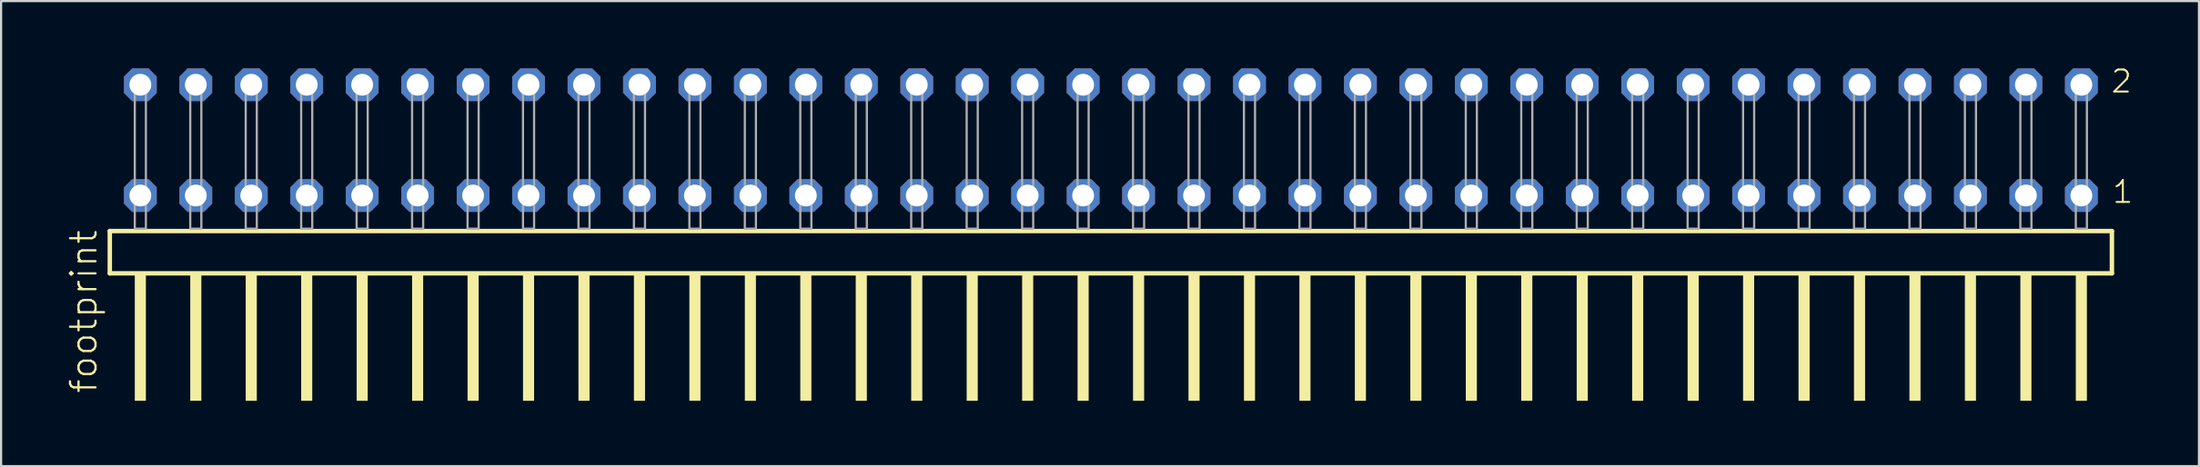
<source format=kicad_pcb>
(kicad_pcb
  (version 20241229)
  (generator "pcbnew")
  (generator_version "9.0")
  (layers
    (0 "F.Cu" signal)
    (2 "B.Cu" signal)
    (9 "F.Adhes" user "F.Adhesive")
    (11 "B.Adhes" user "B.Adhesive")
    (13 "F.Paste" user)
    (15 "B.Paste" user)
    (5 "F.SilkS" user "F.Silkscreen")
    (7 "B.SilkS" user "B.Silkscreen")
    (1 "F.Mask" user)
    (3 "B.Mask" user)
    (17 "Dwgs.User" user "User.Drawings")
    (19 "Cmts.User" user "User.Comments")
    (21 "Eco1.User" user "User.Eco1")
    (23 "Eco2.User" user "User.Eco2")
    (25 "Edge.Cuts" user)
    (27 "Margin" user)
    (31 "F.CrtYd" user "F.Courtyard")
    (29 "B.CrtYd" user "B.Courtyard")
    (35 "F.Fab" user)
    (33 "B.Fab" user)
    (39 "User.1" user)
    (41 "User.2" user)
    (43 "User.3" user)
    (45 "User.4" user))
  (footprint "footprint"
    (layer "F.Cu")
    (at 47.828 7.441)
    (property "Reference" "footprint" (at -46.355 7.62 90) (layer "F.SilkS") (effects (font (size 1.168 1.168) (thickness 0.102)) (justify left bottom)))
    (fp_line (start -45.849 0.106) (end -45.849 2.046) (stroke (width 0.203) (type solid)) (layer "F.SilkS"))
    (fp_line (start -45.849 2.046) (end 45.849 2.046) (stroke (width 0.203) (type solid)) (layer "F.SilkS"))
    (fp_line (start 45.849 0.106) (end -45.849 0.106) (stroke (width 0.203) (type solid)) (layer "F.SilkS"))
    (fp_line (start 45.849 2.046) (end 45.849 0.106) (stroke (width 0.203) (type solid)) (layer "F.SilkS"))
    (fp_poly (pts (xy -44.704 7.89) (xy -44.196 7.89) (xy -44.196 2.04) (xy -44.704 2.04)) (stroke (width 0) (type solid)) (fill yes) (layer "F.SilkS"))
    (fp_poly (pts (xy -42.164 7.89) (xy -41.656 7.89) (xy -41.656 2.04) (xy -42.164 2.04)) (stroke (width 0) (type solid)) (fill yes) (layer "F.SilkS"))
    (fp_poly (pts (xy -39.624 7.89) (xy -39.116 7.89) (xy -39.116 2.04) (xy -39.624 2.04)) (stroke (width 0) (type solid)) (fill yes) (layer "F.SilkS"))
    (fp_poly (pts (xy -37.084 7.89) (xy -36.576 7.89) (xy -36.576 2.04) (xy -37.084 2.04)) (stroke (width 0) (type solid)) (fill yes) (layer "F.SilkS"))
    (fp_poly (pts (xy -34.544 7.89) (xy -34.036 7.89) (xy -34.036 2.04) (xy -34.544 2.04)) (stroke (width 0) (type solid)) (fill yes) (layer "F.SilkS"))
    (fp_poly (pts (xy -32.004 7.89) (xy -31.496 7.89) (xy -31.496 2.04) (xy -32.004 2.04)) (stroke (width 0) (type solid)) (fill yes) (layer "F.SilkS"))
    (fp_poly (pts (xy -29.464 7.89) (xy -28.956 7.89) (xy -28.956 2.04) (xy -29.464 2.04)) (stroke (width 0) (type solid)) (fill yes) (layer "F.SilkS"))
    (fp_poly (pts (xy -26.924 7.89) (xy -26.416 7.89) (xy -26.416 2.04) (xy -26.924 2.04)) (stroke (width 0) (type solid)) (fill yes) (layer "F.SilkS"))
    (fp_poly (pts (xy -24.384 7.89) (xy -23.876 7.89) (xy -23.876 2.04) (xy -24.384 2.04)) (stroke (width 0) (type solid)) (fill yes) (layer "F.SilkS"))
    (fp_poly (pts (xy -21.844 7.89) (xy -21.336 7.89) (xy -21.336 2.04) (xy -21.844 2.04)) (stroke (width 0) (type solid)) (fill yes) (layer "F.SilkS"))
    (fp_poly (pts (xy -19.304 7.89) (xy -18.796 7.89) (xy -18.796 2.04) (xy -19.304 2.04)) (stroke (width 0) (type solid)) (fill yes) (layer "F.SilkS"))
    (fp_poly (pts (xy -16.764 7.89) (xy -16.256 7.89) (xy -16.256 2.04) (xy -16.764 2.04)) (stroke (width 0) (type solid)) (fill yes) (layer "F.SilkS"))
    (fp_poly (pts (xy -14.224 7.89) (xy -13.716 7.89) (xy -13.716 2.04) (xy -14.224 2.04)) (stroke (width 0) (type solid)) (fill yes) (layer "F.SilkS"))
    (fp_poly (pts (xy -11.684 7.89) (xy -11.176 7.89) (xy -11.176 2.04) (xy -11.684 2.04)) (stroke (width 0) (type solid)) (fill yes) (layer "F.SilkS"))
    (fp_poly (pts (xy -9.144 7.89) (xy -8.636 7.89) (xy -8.636 2.04) (xy -9.144 2.04)) (stroke (width 0) (type solid)) (fill yes) (layer "F.SilkS"))
    (fp_poly (pts (xy -6.604 7.89) (xy -6.096 7.89) (xy -6.096 2.04) (xy -6.604 2.04)) (stroke (width 0) (type solid)) (fill yes) (layer "F.SilkS"))
    (fp_poly (pts (xy -4.064 7.89) (xy -3.556 7.89) (xy -3.556 2.04) (xy -4.064 2.04)) (stroke (width 0) (type solid)) (fill yes) (layer "F.SilkS"))
    (fp_poly (pts (xy -1.524 7.89) (xy -1.016 7.89) (xy -1.016 2.04) (xy -1.524 2.04)) (stroke (width 0) (type solid)) (fill yes) (layer "F.SilkS"))
    (fp_poly (pts (xy 1.016 7.89) (xy 1.524 7.89) (xy 1.524 2.04) (xy 1.016 2.04)) (stroke (width 0) (type solid)) (fill yes) (layer "F.SilkS"))
    (fp_poly (pts (xy 3.556 7.89) (xy 4.064 7.89) (xy 4.064 2.04) (xy 3.556 2.04)) (stroke (width 0) (type solid)) (fill yes) (layer "F.SilkS"))
    (fp_poly (pts (xy 6.096 7.89) (xy 6.604 7.89) (xy 6.604 2.04) (xy 6.096 2.04)) (stroke (width 0) (type solid)) (fill yes) (layer "F.SilkS"))
    (fp_poly (pts (xy 8.636 7.89) (xy 9.144 7.89) (xy 9.144 2.04) (xy 8.636 2.04)) (stroke (width 0) (type solid)) (fill yes) (layer "F.SilkS"))
    (fp_poly (pts (xy 11.176 7.89) (xy 11.684 7.89) (xy 11.684 2.04) (xy 11.176 2.04)) (stroke (width 0) (type solid)) (fill yes) (layer "F.SilkS"))
    (fp_poly (pts (xy 13.716 7.89) (xy 14.224 7.89) (xy 14.224 2.04) (xy 13.716 2.04)) (stroke (width 0) (type solid)) (fill yes) (layer "F.SilkS"))
    (fp_poly (pts (xy 16.256 7.89) (xy 16.764 7.89) (xy 16.764 2.04) (xy 16.256 2.04)) (stroke (width 0) (type solid)) (fill yes) (layer "F.SilkS"))
    (fp_poly (pts (xy 18.796 7.89) (xy 19.304 7.89) (xy 19.304 2.04) (xy 18.796 2.04)) (stroke (width 0) (type solid)) (fill yes) (layer "F.SilkS"))
    (fp_poly (pts (xy 21.336 7.89) (xy 21.844 7.89) (xy 21.844 2.04) (xy 21.336 2.04)) (stroke (width 0) (type solid)) (fill yes) (layer "F.SilkS"))
    (fp_poly (pts (xy 23.876 7.89) (xy 24.384 7.89) (xy 24.384 2.04) (xy 23.876 2.04)) (stroke (width 0) (type solid)) (fill yes) (layer "F.SilkS"))
    (fp_poly (pts (xy 26.416 7.89) (xy 26.924 7.89) (xy 26.924 2.04) (xy 26.416 2.04)) (stroke (width 0) (type solid)) (fill yes) (layer "F.SilkS"))
    (fp_poly (pts (xy 28.956 7.89) (xy 29.464 7.89) (xy 29.464 2.04) (xy 28.956 2.04)) (stroke (width 0) (type solid)) (fill yes) (layer "F.SilkS"))
    (fp_poly (pts (xy 31.496 7.89) (xy 32.004 7.89) (xy 32.004 2.04) (xy 31.496 2.04)) (stroke (width 0) (type solid)) (fill yes) (layer "F.SilkS"))
    (fp_poly (pts (xy 34.036 7.89) (xy 34.544 7.89) (xy 34.544 2.04) (xy 34.036 2.04)) (stroke (width 0) (type solid)) (fill yes) (layer "F.SilkS"))
    (fp_poly (pts (xy 36.576 7.89) (xy 37.084 7.89) (xy 37.084 2.04) (xy 36.576 2.04)) (stroke (width 0) (type solid)) (fill yes) (layer "F.SilkS"))
    (fp_poly (pts (xy 39.116 7.89) (xy 39.624 7.89) (xy 39.624 2.04) (xy 39.116 2.04)) (stroke (width 0) (type solid)) (fill yes) (layer "F.SilkS"))
    (fp_poly (pts (xy 41.656 7.89) (xy 42.164 7.89) (xy 42.164 2.04) (xy 41.656 2.04)) (stroke (width 0) (type solid)) (fill yes) (layer "F.SilkS"))
    (fp_poly (pts (xy 44.196 7.89) (xy 44.704 7.89) (xy 44.704 2.04) (xy 44.196 2.04)) (stroke (width 0) (type solid)) (fill yes) (layer "F.SilkS"))
    (fp_poly (pts (xy -44.704 0) (xy -44.196 0) (xy -44.196 -6.858) (xy -44.704 -6.858)) (stroke (width 0.1) (type solid)) (fill no) (layer "F.Fab"))
    (fp_poly (pts (xy -42.164 0) (xy -41.656 0) (xy -41.656 -6.858) (xy -42.164 -6.858)) (stroke (width 0.1) (type solid)) (fill no) (layer "F.Fab"))
    (fp_poly (pts (xy -39.624 0) (xy -39.116 0) (xy -39.116 -6.858) (xy -39.624 -6.858)) (stroke (width 0.1) (type solid)) (fill no) (layer "F.Fab"))
    (fp_poly (pts (xy -37.084 0) (xy -36.576 0) (xy -36.576 -6.858) (xy -37.084 -6.858)) (stroke (width 0.1) (type solid)) (fill no) (layer "F.Fab"))
    (fp_poly (pts (xy -34.544 0) (xy -34.036 0) (xy -34.036 -6.858) (xy -34.544 -6.858)) (stroke (width 0.1) (type solid)) (fill no) (layer "F.Fab"))
    (fp_poly (pts (xy -32.004 0) (xy -31.496 0) (xy -31.496 -6.858) (xy -32.004 -6.858)) (stroke (width 0.1) (type solid)) (fill no) (layer "F.Fab"))
    (fp_poly (pts (xy -29.464 0) (xy -28.956 0) (xy -28.956 -6.858) (xy -29.464 -6.858)) (stroke (width 0.1) (type solid)) (fill no) (layer "F.Fab"))
    (fp_poly (pts (xy -26.924 0) (xy -26.416 0) (xy -26.416 -6.858) (xy -26.924 -6.858)) (stroke (width 0.1) (type solid)) (fill no) (layer "F.Fab"))
    (fp_poly (pts (xy -24.384 0) (xy -23.876 0) (xy -23.876 -6.858) (xy -24.384 -6.858)) (stroke (width 0.1) (type solid)) (fill no) (layer "F.Fab"))
    (fp_poly (pts (xy -21.844 0) (xy -21.336 0) (xy -21.336 -6.858) (xy -21.844 -6.858)) (stroke (width 0.1) (type solid)) (fill no) (layer "F.Fab"))
    (fp_poly (pts (xy -19.304 0) (xy -18.796 0) (xy -18.796 -6.858) (xy -19.304 -6.858)) (stroke (width 0.1) (type solid)) (fill no) (layer "F.Fab"))
    (fp_poly (pts (xy -16.764 0) (xy -16.256 0) (xy -16.256 -6.858) (xy -16.764 -6.858)) (stroke (width 0.1) (type solid)) (fill no) (layer "F.Fab"))
    (fp_poly (pts (xy -14.224 0) (xy -13.716 0) (xy -13.716 -6.858) (xy -14.224 -6.858)) (stroke (width 0.1) (type solid)) (fill no) (layer "F.Fab"))
    (fp_poly (pts (xy -11.684 0) (xy -11.176 0) (xy -11.176 -6.858) (xy -11.684 -6.858)) (stroke (width 0.1) (type solid)) (fill no) (layer "F.Fab"))
    (fp_poly (pts (xy -9.144 0) (xy -8.636 0) (xy -8.636 -6.858) (xy -9.144 -6.858)) (stroke (width 0.1) (type solid)) (fill no) (layer "F.Fab"))
    (fp_poly (pts (xy -6.604 0) (xy -6.096 0) (xy -6.096 -6.858) (xy -6.604 -6.858)) (stroke (width 0.1) (type solid)) (fill no) (layer "F.Fab"))
    (fp_poly (pts (xy -4.064 0) (xy -3.556 0) (xy -3.556 -6.858) (xy -4.064 -6.858)) (stroke (width 0.1) (type solid)) (fill no) (layer "F.Fab"))
    (fp_poly (pts (xy -1.524 0) (xy -1.016 0) (xy -1.016 -6.858) (xy -1.524 -6.858)) (stroke (width 0.1) (type solid)) (fill no) (layer "F.Fab"))
    (fp_poly (pts (xy 1.016 0) (xy 1.524 0) (xy 1.524 -6.858) (xy 1.016 -6.858)) (stroke (width 0.1) (type solid)) (fill no) (layer "F.Fab"))
    (fp_poly (pts (xy 3.556 0) (xy 4.064 0) (xy 4.064 -6.858) (xy 3.556 -6.858)) (stroke (width 0.1) (type solid)) (fill no) (layer "F.Fab"))
    (fp_poly (pts (xy 6.096 0) (xy 6.604 0) (xy 6.604 -6.858) (xy 6.096 -6.858)) (stroke (width 0.1) (type solid)) (fill no) (layer "F.Fab"))
    (fp_poly (pts (xy 8.636 0) (xy 9.144 0) (xy 9.144 -6.858) (xy 8.636 -6.858)) (stroke (width 0.1) (type solid)) (fill no) (layer "F.Fab"))
    (fp_poly (pts (xy 11.176 0) (xy 11.684 0) (xy 11.684 -6.858) (xy 11.176 -6.858)) (stroke (width 0.1) (type solid)) (fill no) (layer "F.Fab"))
    (fp_poly (pts (xy 13.716 0) (xy 14.224 0) (xy 14.224 -6.858) (xy 13.716 -6.858)) (stroke (width 0.1) (type solid)) (fill no) (layer "F.Fab"))
    (fp_poly (pts (xy 16.256 0) (xy 16.764 0) (xy 16.764 -6.858) (xy 16.256 -6.858)) (stroke (width 0.1) (type solid)) (fill no) (layer "F.Fab"))
    (fp_poly (pts (xy 18.796 0) (xy 19.304 0) (xy 19.304 -6.858) (xy 18.796 -6.858)) (stroke (width 0.1) (type solid)) (fill no) (layer "F.Fab"))
    (fp_poly (pts (xy 21.336 0) (xy 21.844 0) (xy 21.844 -6.858) (xy 21.336 -6.858)) (stroke (width 0.1) (type solid)) (fill no) (layer "F.Fab"))
    (fp_poly (pts (xy 23.876 0) (xy 24.384 0) (xy 24.384 -6.858) (xy 23.876 -6.858)) (stroke (width 0.1) (type solid)) (fill no) (layer "F.Fab"))
    (fp_poly (pts (xy 26.416 0) (xy 26.924 0) (xy 26.924 -6.858) (xy 26.416 -6.858)) (stroke (width 0.1) (type solid)) (fill no) (layer "F.Fab"))
    (fp_poly (pts (xy 28.956 0) (xy 29.464 0) (xy 29.464 -6.858) (xy 28.956 -6.858)) (stroke (width 0.1) (type solid)) (fill no) (layer "F.Fab"))
    (fp_poly (pts (xy 31.496 0) (xy 32.004 0) (xy 32.004 -6.858) (xy 31.496 -6.858)) (stroke (width 0.1) (type solid)) (fill no) (layer "F.Fab"))
    (fp_poly (pts (xy 34.036 0) (xy 34.544 0) (xy 34.544 -6.858) (xy 34.036 -6.858)) (stroke (width 0.1) (type solid)) (fill no) (layer "F.Fab"))
    (fp_poly (pts (xy 36.576 0) (xy 37.084 0) (xy 37.084 -6.858) (xy 36.576 -6.858)) (stroke (width 0.1) (type solid)) (fill no) (layer "F.Fab"))
    (fp_poly (pts (xy 39.116 0) (xy 39.624 0) (xy 39.624 -6.858) (xy 39.116 -6.858)) (stroke (width 0.1) (type solid)) (fill no) (layer "F.Fab"))
    (fp_poly (pts (xy 41.656 0) (xy 42.164 0) (xy 42.164 -6.858) (xy 41.656 -6.858)) (stroke (width 0.1) (type solid)) (fill no) (layer "F.Fab"))
    (fp_poly (pts (xy 44.196 0) (xy 44.704 0) (xy 44.704 -6.858) (xy 44.196 -6.858)) (stroke (width 0.1) (type solid)) (fill no) (layer "F.Fab"))
    (fp_text user "2" (at 45.75 -6.165 0) (layer "F.SilkS") (effects (font (size 1.012 1.012) (thickness 0.088)) (justify left bottom)))
    (fp_text user "1" (at 45.81 -1.1 0) (layer "F.SilkS") (effects (font (size 1.012 1.012) (thickness 0.088)) (justify left bottom)))
    (pad "1" thru_hole roundrect (at 44.45 -1.524 180) (size 1.5 1.5) (drill 1) (layers "*.Cu" "*.Mask") (roundrect_rratio 0.25) (chamfer_ratio 0.25) (chamfer top_left top_right bottom_left bottom_right))
    (pad "2" thru_hole roundrect (at 44.45 -6.604 180) (size 1.5 1.5) (drill 1) (layers "*.Cu" "*.Mask") (roundrect_rratio 0.25) (chamfer_ratio 0.25) (chamfer top_left top_right bottom_left bottom_right))
    (pad "3" thru_hole roundrect (at 41.91 -1.524 180) (size 1.5 1.5) (drill 1) (layers "*.Cu" "*.Mask") (roundrect_rratio 0.25) (chamfer_ratio 0.25) (chamfer top_left top_right bottom_left bottom_right))
    (pad "4" thru_hole roundrect (at 41.91 -6.604 180) (size 1.5 1.5) (drill 1) (layers "*.Cu" "*.Mask") (roundrect_rratio 0.25) (chamfer_ratio 0.25) (chamfer top_left top_right bottom_left bottom_right))
    (pad "5" thru_hole roundrect (at 39.37 -1.524 180) (size 1.5 1.5) (drill 1) (layers "*.Cu" "*.Mask") (roundrect_rratio 0.25) (chamfer_ratio 0.25) (chamfer top_left top_right bottom_left bottom_right))
    (pad "6" thru_hole roundrect (at 39.37 -6.604 180) (size 1.5 1.5) (drill 1) (layers "*.Cu" "*.Mask") (roundrect_rratio 0.25) (chamfer_ratio 0.25) (chamfer top_left top_right bottom_left bottom_right))
    (pad "7" thru_hole roundrect (at 36.83 -1.524 180) (size 1.5 1.5) (drill 1) (layers "*.Cu" "*.Mask") (roundrect_rratio 0.25) (chamfer_ratio 0.25) (chamfer top_left top_right bottom_left bottom_right))
    (pad "8" thru_hole roundrect (at 36.83 -6.604 180) (size 1.5 1.5) (drill 1) (layers "*.Cu" "*.Mask") (roundrect_rratio 0.25) (chamfer_ratio 0.25) (chamfer top_left top_right bottom_left bottom_right))
    (pad "9" thru_hole roundrect (at 34.29 -1.524 180) (size 1.5 1.5) (drill 1) (layers "*.Cu" "*.Mask") (roundrect_rratio 0.25) (chamfer_ratio 0.25) (chamfer top_left top_right bottom_left bottom_right))
    (pad "10" thru_hole roundrect (at 34.29 -6.604 180) (size 1.5 1.5) (drill 1) (layers "*.Cu" "*.Mask") (roundrect_rratio 0.25) (chamfer_ratio 0.25) (chamfer top_left top_right bottom_left bottom_right))
    (pad "11" thru_hole roundrect (at 31.75 -1.524 180) (size 1.5 1.5) (drill 1) (layers "*.Cu" "*.Mask") (roundrect_rratio 0.25) (chamfer_ratio 0.25) (chamfer top_left top_right bottom_left bottom_right))
    (pad "12" thru_hole roundrect (at 31.75 -6.604 180) (size 1.5 1.5) (drill 1) (layers "*.Cu" "*.Mask") (roundrect_rratio 0.25) (chamfer_ratio 0.25) (chamfer top_left top_right bottom_left bottom_right))
    (pad "13" thru_hole roundrect (at 29.21 -1.524 180) (size 1.5 1.5) (drill 1) (layers "*.Cu" "*.Mask") (roundrect_rratio 0.25) (chamfer_ratio 0.25) (chamfer top_left top_right bottom_left bottom_right))
    (pad "14" thru_hole roundrect (at 29.21 -6.604 180) (size 1.5 1.5) (drill 1) (layers "*.Cu" "*.Mask") (roundrect_rratio 0.25) (chamfer_ratio 0.25) (chamfer top_left top_right bottom_left bottom_right))
    (pad "15" thru_hole roundrect (at 26.67 -1.524 180) (size 1.5 1.5) (drill 1) (layers "*.Cu" "*.Mask") (roundrect_rratio 0.25) (chamfer_ratio 0.25) (chamfer top_left top_right bottom_left bottom_right))
    (pad "16" thru_hole roundrect (at 26.67 -6.604 180) (size 1.5 1.5) (drill 1) (layers "*.Cu" "*.Mask") (roundrect_rratio 0.25) (chamfer_ratio 0.25) (chamfer top_left top_right bottom_left bottom_right))
    (pad "17" thru_hole roundrect (at 24.13 -1.524 180) (size 1.5 1.5) (drill 1) (layers "*.Cu" "*.Mask") (roundrect_rratio 0.25) (chamfer_ratio 0.25) (chamfer top_left top_right bottom_left bottom_right))
    (pad "18" thru_hole roundrect (at 24.13 -6.604 180) (size 1.5 1.5) (drill 1) (layers "*.Cu" "*.Mask") (roundrect_rratio 0.25) (chamfer_ratio 0.25) (chamfer top_left top_right bottom_left bottom_right))
    (pad "19" thru_hole roundrect (at 21.59 -1.524 180) (size 1.5 1.5) (drill 1) (layers "*.Cu" "*.Mask") (roundrect_rratio 0.25) (chamfer_ratio 0.25) (chamfer top_left top_right bottom_left bottom_right))
    (pad "20" thru_hole roundrect (at 21.59 -6.604 180) (size 1.5 1.5) (drill 1) (layers "*.Cu" "*.Mask") (roundrect_rratio 0.25) (chamfer_ratio 0.25) (chamfer top_left top_right bottom_left bottom_right))
    (pad "21" thru_hole roundrect (at 19.05 -1.524 180) (size 1.5 1.5) (drill 1) (layers "*.Cu" "*.Mask") (roundrect_rratio 0.25) (chamfer_ratio 0.25) (chamfer top_left top_right bottom_left bottom_right))
    (pad "22" thru_hole roundrect (at 19.05 -6.604 180) (size 1.5 1.5) (drill 1) (layers "*.Cu" "*.Mask") (roundrect_rratio 0.25) (chamfer_ratio 0.25) (chamfer top_left top_right bottom_left bottom_right))
    (pad "23" thru_hole roundrect (at 16.51 -1.524 180) (size 1.5 1.5) (drill 1) (layers "*.Cu" "*.Mask") (roundrect_rratio 0.25) (chamfer_ratio 0.25) (chamfer top_left top_right bottom_left bottom_right))
    (pad "24" thru_hole roundrect (at 16.51 -6.604 180) (size 1.5 1.5) (drill 1) (layers "*.Cu" "*.Mask") (roundrect_rratio 0.25) (chamfer_ratio 0.25) (chamfer top_left top_right bottom_left bottom_right))
    (pad "25" thru_hole roundrect (at 13.97 -1.524 180) (size 1.5 1.5) (drill 1) (layers "*.Cu" "*.Mask") (roundrect_rratio 0.25) (chamfer_ratio 0.25) (chamfer top_left top_right bottom_left bottom_right))
    (pad "26" thru_hole roundrect (at 13.97 -6.604 180) (size 1.5 1.5) (drill 1) (layers "*.Cu" "*.Mask") (roundrect_rratio 0.25) (chamfer_ratio 0.25) (chamfer top_left top_right bottom_left bottom_right))
    (pad "27" thru_hole roundrect (at 11.43 -1.524 180) (size 1.5 1.5) (drill 1) (layers "*.Cu" "*.Mask") (roundrect_rratio 0.25) (chamfer_ratio 0.25) (chamfer top_left top_right bottom_left bottom_right))
    (pad "28" thru_hole roundrect (at 11.43 -6.604 180) (size 1.5 1.5) (drill 1) (layers "*.Cu" "*.Mask") (roundrect_rratio 0.25) (chamfer_ratio 0.25) (chamfer top_left top_right bottom_left bottom_right))
    (pad "29" thru_hole roundrect (at 8.89 -1.524 180) (size 1.5 1.5) (drill 1) (layers "*.Cu" "*.Mask") (roundrect_rratio 0.25) (chamfer_ratio 0.25) (chamfer top_left top_right bottom_left bottom_right))
    (pad "30" thru_hole roundrect (at 8.89 -6.604 180) (size 1.5 1.5) (drill 1) (layers "*.Cu" "*.Mask") (roundrect_rratio 0.25) (chamfer_ratio 0.25) (chamfer top_left top_right bottom_left bottom_right))
    (pad "31" thru_hole roundrect (at 6.35 -1.524 180) (size 1.5 1.5) (drill 1) (layers "*.Cu" "*.Mask") (roundrect_rratio 0.25) (chamfer_ratio 0.25) (chamfer top_left top_right bottom_left bottom_right))
    (pad "32" thru_hole roundrect (at 6.35 -6.604 180) (size 1.5 1.5) (drill 1) (layers "*.Cu" "*.Mask") (roundrect_rratio 0.25) (chamfer_ratio 0.25) (chamfer top_left top_right bottom_left bottom_right))
    (pad "33" thru_hole roundrect (at 3.81 -1.524 180) (size 1.5 1.5) (drill 1) (layers "*.Cu" "*.Mask") (roundrect_rratio 0.25) (chamfer_ratio 0.25) (chamfer top_left top_right bottom_left bottom_right))
    (pad "34" thru_hole roundrect (at 3.81 -6.604 180) (size 1.5 1.5) (drill 1) (layers "*.Cu" "*.Mask") (roundrect_rratio 0.25) (chamfer_ratio 0.25) (chamfer top_left top_right bottom_left bottom_right))
    (pad "35" thru_hole roundrect (at 1.27 -1.524 180) (size 1.5 1.5) (drill 1) (layers "*.Cu" "*.Mask") (roundrect_rratio 0.25) (chamfer_ratio 0.25) (chamfer top_left top_right bottom_left bottom_right))
    (pad "36" thru_hole roundrect (at 1.27 -6.604 180) (size 1.5 1.5) (drill 1) (layers "*.Cu" "*.Mask") (roundrect_rratio 0.25) (chamfer_ratio 0.25) (chamfer top_left top_right bottom_left bottom_right))
    (pad "37" thru_hole roundrect (at -1.27 -1.524 180) (size 1.5 1.5) (drill 1) (layers "*.Cu" "*.Mask") (roundrect_rratio 0.25) (chamfer_ratio 0.25) (chamfer top_left top_right bottom_left bottom_right))
    (pad "38" thru_hole roundrect (at -1.27 -6.604 180) (size 1.5 1.5) (drill 1) (layers "*.Cu" "*.Mask") (roundrect_rratio 0.25) (chamfer_ratio 0.25) (chamfer top_left top_right bottom_left bottom_right))
    (pad "39" thru_hole roundrect (at -3.81 -1.524 180) (size 1.5 1.5) (drill 1) (layers "*.Cu" "*.Mask") (roundrect_rratio 0.25) (chamfer_ratio 0.25) (chamfer top_left top_right bottom_left bottom_right))
    (pad "40" thru_hole roundrect (at -3.81 -6.604 180) (size 1.5 1.5) (drill 1) (layers "*.Cu" "*.Mask") (roundrect_rratio 0.25) (chamfer_ratio 0.25) (chamfer top_left top_right bottom_left bottom_right))
    (pad "41" thru_hole roundrect (at -6.35 -1.524 180) (size 1.5 1.5) (drill 1) (layers "*.Cu" "*.Mask") (roundrect_rratio 0.25) (chamfer_ratio 0.25) (chamfer top_left top_right bottom_left bottom_right))
    (pad "42" thru_hole roundrect (at -6.35 -6.604 180) (size 1.5 1.5) (drill 1) (layers "*.Cu" "*.Mask") (roundrect_rratio 0.25) (chamfer_ratio 0.25) (chamfer top_left top_right bottom_left bottom_right))
    (pad "43" thru_hole roundrect (at -8.89 -1.524 180) (size 1.5 1.5) (drill 1) (layers "*.Cu" "*.Mask") (roundrect_rratio 0.25) (chamfer_ratio 0.25) (chamfer top_left top_right bottom_left bottom_right))
    (pad "44" thru_hole roundrect (at -8.89 -6.604 180) (size 1.5 1.5) (drill 1) (layers "*.Cu" "*.Mask") (roundrect_rratio 0.25) (chamfer_ratio 0.25) (chamfer top_left top_right bottom_left bottom_right))
    (pad "45" thru_hole roundrect (at -11.43 -1.524 180) (size 1.5 1.5) (drill 1) (layers "*.Cu" "*.Mask") (roundrect_rratio 0.25) (chamfer_ratio 0.25) (chamfer top_left top_right bottom_left bottom_right))
    (pad "46" thru_hole roundrect (at -11.43 -6.604 180) (size 1.5 1.5) (drill 1) (layers "*.Cu" "*.Mask") (roundrect_rratio 0.25) (chamfer_ratio 0.25) (chamfer top_left top_right bottom_left bottom_right))
    (pad "47" thru_hole roundrect (at -13.97 -1.524 180) (size 1.5 1.5) (drill 1) (layers "*.Cu" "*.Mask") (roundrect_rratio 0.25) (chamfer_ratio 0.25) (chamfer top_left top_right bottom_left bottom_right))
    (pad "48" thru_hole roundrect (at -13.97 -6.604 180) (size 1.5 1.5) (drill 1) (layers "*.Cu" "*.Mask") (roundrect_rratio 0.25) (chamfer_ratio 0.25) (chamfer top_left top_right bottom_left bottom_right))
    (pad "49" thru_hole roundrect (at -16.51 -1.524 180) (size 1.5 1.5) (drill 1) (layers "*.Cu" "*.Mask") (roundrect_rratio 0.25) (chamfer_ratio 0.25) (chamfer top_left top_right bottom_left bottom_right))
    (pad "50" thru_hole roundrect (at -16.51 -6.604 180) (size 1.5 1.5) (drill 1) (layers "*.Cu" "*.Mask") (roundrect_rratio 0.25) (chamfer_ratio 0.25) (chamfer top_left top_right bottom_left bottom_right))
    (pad "51" thru_hole roundrect (at -19.05 -1.524 180) (size 1.5 1.5) (drill 1) (layers "*.Cu" "*.Mask") (roundrect_rratio 0.25) (chamfer_ratio 0.25) (chamfer top_left top_right bottom_left bottom_right))
    (pad "52" thru_hole roundrect (at -19.05 -6.604 180) (size 1.5 1.5) (drill 1) (layers "*.Cu" "*.Mask") (roundrect_rratio 0.25) (chamfer_ratio 0.25) (chamfer top_left top_right bottom_left bottom_right))
    (pad "53" thru_hole roundrect (at -21.59 -1.524 180) (size 1.5 1.5) (drill 1) (layers "*.Cu" "*.Mask") (roundrect_rratio 0.25) (chamfer_ratio 0.25) (chamfer top_left top_right bottom_left bottom_right))
    (pad "54" thru_hole roundrect (at -21.59 -6.604 180) (size 1.5 1.5) (drill 1) (layers "*.Cu" "*.Mask") (roundrect_rratio 0.25) (chamfer_ratio 0.25) (chamfer top_left top_right bottom_left bottom_right))
    (pad "55" thru_hole roundrect (at -24.13 -1.524 180) (size 1.5 1.5) (drill 1) (layers "*.Cu" "*.Mask") (roundrect_rratio 0.25) (chamfer_ratio 0.25) (chamfer top_left top_right bottom_left bottom_right))
    (pad "56" thru_hole roundrect (at -24.13 -6.604 180) (size 1.5 1.5) (drill 1) (layers "*.Cu" "*.Mask") (roundrect_rratio 0.25) (chamfer_ratio 0.25) (chamfer top_left top_right bottom_left bottom_right))
    (pad "57" thru_hole roundrect (at -26.67 -1.524 180) (size 1.5 1.5) (drill 1) (layers "*.Cu" "*.Mask") (roundrect_rratio 0.25) (chamfer_ratio 0.25) (chamfer top_left top_right bottom_left bottom_right))
    (pad "58" thru_hole roundrect (at -26.67 -6.604 180) (size 1.5 1.5) (drill 1) (layers "*.Cu" "*.Mask") (roundrect_rratio 0.25) (chamfer_ratio 0.25) (chamfer top_left top_right bottom_left bottom_right))
    (pad "59" thru_hole roundrect (at -29.21 -1.524 180) (size 1.5 1.5) (drill 1) (layers "*.Cu" "*.Mask") (roundrect_rratio 0.25) (chamfer_ratio 0.25) (chamfer top_left top_right bottom_left bottom_right))
    (pad "60" thru_hole roundrect (at -29.21 -6.604 180) (size 1.5 1.5) (drill 1) (layers "*.Cu" "*.Mask") (roundrect_rratio 0.25) (chamfer_ratio 0.25) (chamfer top_left top_right bottom_left bottom_right))
    (pad "61" thru_hole roundrect (at -31.75 -1.524 180) (size 1.5 1.5) (drill 1) (layers "*.Cu" "*.Mask") (roundrect_rratio 0.25) (chamfer_ratio 0.25) (chamfer top_left top_right bottom_left bottom_right))
    (pad "62" thru_hole roundrect (at -31.75 -6.604 180) (size 1.5 1.5) (drill 1) (layers "*.Cu" "*.Mask") (roundrect_rratio 0.25) (chamfer_ratio 0.25) (chamfer top_left top_right bottom_left bottom_right))
    (pad "63" thru_hole roundrect (at -34.29 -1.524 180) (size 1.5 1.5) (drill 1) (layers "*.Cu" "*.Mask") (roundrect_rratio 0.25) (chamfer_ratio 0.25) (chamfer top_left top_right bottom_left bottom_right))
    (pad "64" thru_hole roundrect (at -34.29 -6.604 180) (size 1.5 1.5) (drill 1) (layers "*.Cu" "*.Mask") (roundrect_rratio 0.25) (chamfer_ratio 0.25) (chamfer top_left top_right bottom_left bottom_right))
    (pad "65" thru_hole roundrect (at -36.83 -1.524 180) (size 1.5 1.5) (drill 1) (layers "*.Cu" "*.Mask") (roundrect_rratio 0.25) (chamfer_ratio 0.25) (chamfer top_left top_right bottom_left bottom_right))
    (pad "66" thru_hole roundrect (at -36.83 -6.604 180) (size 1.5 1.5) (drill 1) (layers "*.Cu" "*.Mask") (roundrect_rratio 0.25) (chamfer_ratio 0.25) (chamfer top_left top_right bottom_left bottom_right))
    (pad "67" thru_hole roundrect (at -39.37 -1.524 180) (size 1.5 1.5) (drill 1) (layers "*.Cu" "*.Mask") (roundrect_rratio 0.25) (chamfer_ratio 0.25) (chamfer top_left top_right bottom_left bottom_right))
    (pad "68" thru_hole roundrect (at -39.37 -6.604 180) (size 1.5 1.5) (drill 1) (layers "*.Cu" "*.Mask") (roundrect_rratio 0.25) (chamfer_ratio 0.25) (chamfer top_left top_right bottom_left bottom_right))
    (pad "69" thru_hole roundrect (at -41.91 -1.524 180) (size 1.5 1.5) (drill 1) (layers "*.Cu" "*.Mask") (roundrect_rratio 0.25) (chamfer_ratio 0.25) (chamfer top_left top_right bottom_left bottom_right))
    (pad "70" thru_hole roundrect (at -41.91 -6.604 180) (size 1.5 1.5) (drill 1) (layers "*.Cu" "*.Mask") (roundrect_rratio 0.25) (chamfer_ratio 0.25) (chamfer top_left top_right bottom_left bottom_right))
    (pad "71" thru_hole roundrect (at -44.45 -1.524 180) (size 1.5 1.5) (drill 1) (layers "*.Cu" "*.Mask") (roundrect_rratio 0.25) (chamfer_ratio 0.25) (chamfer top_left top_right bottom_left bottom_right))
    (pad "72" thru_hole roundrect (at -44.45 -6.604 180) (size 1.5 1.5) (drill 1) (layers "*.Cu" "*.Mask") (roundrect_rratio 0.25) (chamfer_ratio 0.25) (chamfer top_left top_right bottom_left bottom_right)))
  (gr_rect
    (start -3 -3)
    (end 97.664 18.331)
    (stroke (width 0.1) (type default))
    (fill no)
    (layer "Edge.Cuts")))
</source>
